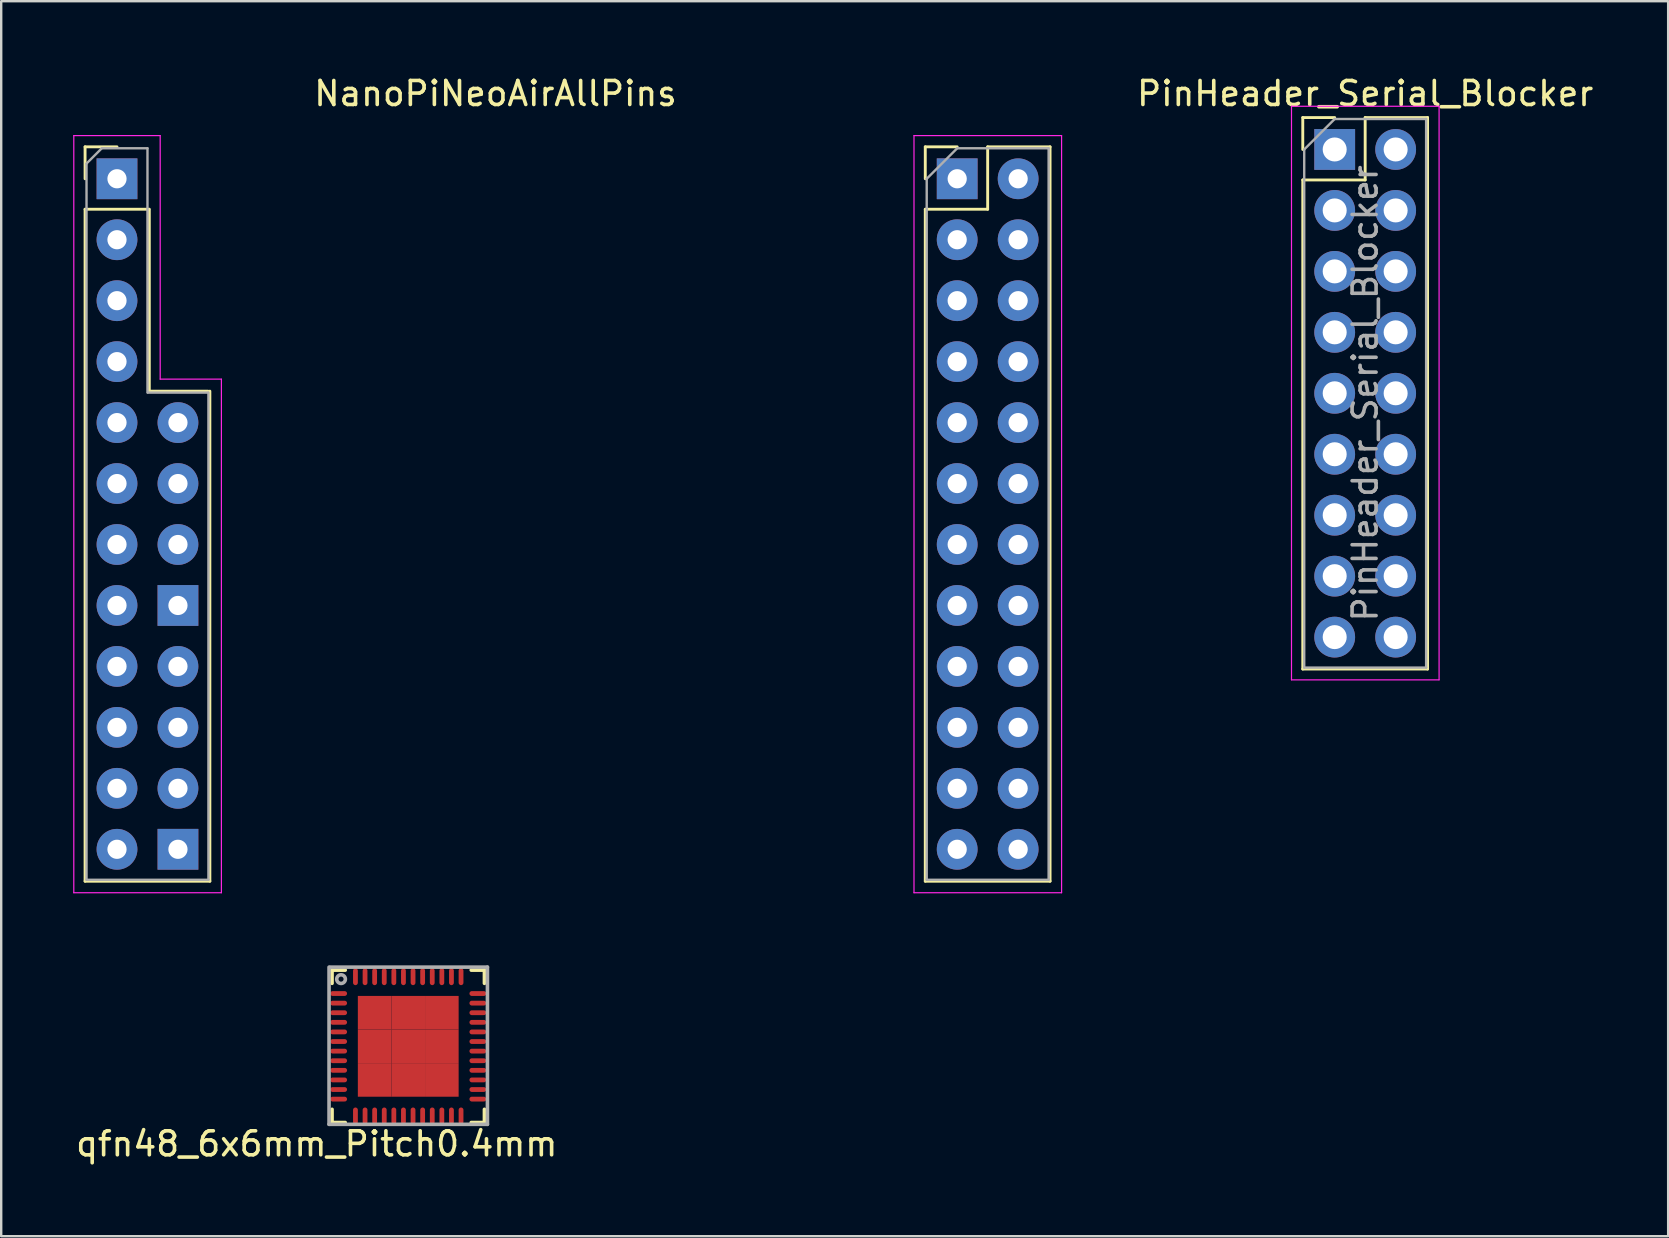
<source format=kicad_pcb>
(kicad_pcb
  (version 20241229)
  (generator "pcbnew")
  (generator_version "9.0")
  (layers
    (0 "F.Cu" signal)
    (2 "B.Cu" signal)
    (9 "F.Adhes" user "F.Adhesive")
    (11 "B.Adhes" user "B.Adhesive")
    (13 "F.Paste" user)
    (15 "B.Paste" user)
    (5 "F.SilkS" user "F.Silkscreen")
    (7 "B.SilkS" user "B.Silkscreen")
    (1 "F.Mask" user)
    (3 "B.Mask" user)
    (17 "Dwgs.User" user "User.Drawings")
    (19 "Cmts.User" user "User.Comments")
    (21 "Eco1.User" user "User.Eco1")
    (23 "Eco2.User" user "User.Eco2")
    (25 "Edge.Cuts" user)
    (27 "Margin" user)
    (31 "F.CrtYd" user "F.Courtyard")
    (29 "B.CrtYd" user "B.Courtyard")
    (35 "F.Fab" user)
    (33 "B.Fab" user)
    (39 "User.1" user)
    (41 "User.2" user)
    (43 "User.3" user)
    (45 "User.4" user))
  (footprint "PinHeader_Serial_Blocker"
    (layer "F.Cu")
    (at 52.565 3.178)
    (property "Reference" "PinHeader_Serial_Blocker" (at 1.27 -2.33 0) (layer "F.SilkS") (effects (font (size 1 1) (thickness 0.15))))
    (attr through_hole)
    (fp_line (start -1.33 -1.33) (end 0 -1.33) (stroke (width 0.12) (type solid)) (layer "F.SilkS"))
    (fp_line (start -1.33 0) (end -1.33 -1.33) (stroke (width 0.12) (type solid)) (layer "F.SilkS"))
    (fp_line (start -1.33 1.27) (end -1.33 21.65) (stroke (width 0.12) (type solid)) (layer "F.SilkS"))
    (fp_line (start -1.33 1.27) (end 1.27 1.27) (stroke (width 0.12) (type solid)) (layer "F.SilkS"))
    (fp_line (start -1.33 21.65) (end 3.87 21.65) (stroke (width 0.12) (type solid)) (layer "F.SilkS"))
    (fp_line (start 1.27 -1.33) (end 3.87 -1.33) (stroke (width 0.12) (type solid)) (layer "F.SilkS"))
    (fp_line (start 1.27 1.27) (end 1.27 -1.33) (stroke (width 0.12) (type solid)) (layer "F.SilkS"))
    (fp_line (start 3.87 -1.33) (end 3.87 21.65) (stroke (width 0.12) (type solid)) (layer "F.SilkS"))
    (fp_line (start -1.8 -1.8) (end -1.8 22.1) (stroke (width 0.05) (type solid)) (layer "F.CrtYd"))
    (fp_line (start -1.8 22.1) (end 4.35 22.1) (stroke (width 0.05) (type solid)) (layer "F.CrtYd"))
    (fp_line (start 4.35 -1.8) (end -1.8 -1.8) (stroke (width 0.05) (type solid)) (layer "F.CrtYd"))
    (fp_line (start 4.35 22.1) (end 4.35 -1.8) (stroke (width 0.05) (type solid)) (layer "F.CrtYd"))
    (fp_line (start -1.27 0) (end 0 -1.27) (stroke (width 0.1) (type solid)) (layer "F.Fab"))
    (fp_line (start -1.27 21.59) (end -1.27 0) (stroke (width 0.1) (type solid)) (layer "F.Fab"))
    (fp_line (start 0 -1.27) (end 3.81 -1.27) (stroke (width 0.1) (type solid)) (layer "F.Fab"))
    (fp_line (start 3.81 -1.27) (end 3.81 21.59) (stroke (width 0.1) (type solid)) (layer "F.Fab"))
    (fp_line (start 3.81 21.59) (end -1.27 21.59) (stroke (width 0.1) (type solid)) (layer "F.Fab"))
    (fp_text user "${REFERENCE}" (at 1.27 10.16 90) (layer "F.Fab") (effects (font (size 1 1) (thickness 0.15))))
    (pad "1" thru_hole rect (at 0 0) (size 1.7 1.7) (drill 1) (layers "*.Cu" "*.Mask"))
    (pad "2" thru_hole oval (at 0 2.54) (size 1.7 1.7) (drill 1) (layers "*.Cu" "*.Mask"))
    (pad "3" thru_hole oval (at 0 5.08) (size 1.7 1.7) (drill 1) (layers "*.Cu" "*.Mask"))
    (pad "4" thru_hole oval (at 0 7.62) (size 1.7 1.7) (drill 1) (layers "*.Cu" "*.Mask"))
    (pad "5" thru_hole oval (at 0 10.16) (size 1.7 1.7) (drill 1) (layers "*.Cu" "*.Mask"))
    (pad "6" thru_hole oval (at 0 12.7) (size 1.7 1.7) (drill 1) (layers "*.Cu" "*.Mask"))
    (pad "7" thru_hole oval (at 0 15.24) (size 1.7 1.7) (drill 1) (layers "*.Cu" "*.Mask"))
    (pad "8" thru_hole oval (at 0 17.78) (size 1.7 1.7) (drill 1) (layers "*.Cu" "*.Mask"))
    (pad "9" thru_hole oval (at 0 20.32) (size 1.7 1.7) (drill 1) (layers "*.Cu" "*.Mask"))
    (pad "10" thru_hole oval (at 2.54 20.32) (size 1.7 1.7) (drill 1) (layers "*.Cu" "*.Mask"))
    (pad "11" thru_hole oval (at 2.54 17.78) (size 1.7 1.7) (drill 1) (layers "*.Cu" "*.Mask"))
    (pad "12" thru_hole oval (at 2.54 15.24) (size 1.7 1.7) (drill 1) (layers "*.Cu" "*.Mask"))
    (pad "13" thru_hole oval (at 2.54 12.7) (size 1.7 1.7) (drill 1) (layers "*.Cu" "*.Mask"))
    (pad "14" thru_hole oval (at 2.54 10.16) (size 1.7 1.7) (drill 1) (layers "*.Cu" "*.Mask"))
    (pad "15" thru_hole oval (at 2.54 7.62) (size 1.7 1.7) (drill 1) (layers "*.Cu" "*.Mask"))
    (pad "16" thru_hole oval (at 2.54 5.08) (size 1.7 1.7) (drill 1) (layers "*.Cu" "*.Mask"))
    (pad "17" thru_hole oval (at 2.54 2.54) (size 1.7 1.7) (drill 1) (layers "*.Cu" "*.Mask"))
    (pad "18" thru_hole oval (at 2.54 0) (size 1.7 1.7) (drill 1) (layers "*.Cu" "*.Mask")))
  (footprint "qfn48_6x6mm_Pitch0.4mm"
    (layer "F.Cu")
    (at 13.961 40.549)
    (property "Reference" "qfn48_6x6mm_Pitch0.4mm" (at -3.812 4.064 0) (layer "F.SilkS") (effects (font (size 1 1) (thickness 0.15))))
    (attr smd)
    (fp_line (start -3.175 -3.175) (end -3.175 -2.625) (stroke (width 0.15) (type solid)) (layer "F.SilkS"))
    (fp_line (start -3.175 -3.175) (end -2.625 -3.175) (stroke (width 0.15) (type solid)) (layer "F.SilkS"))
    (fp_line (start -3.175 3.175) (end -3.175 2.625) (stroke (width 0.15) (type solid)) (layer "F.SilkS"))
    (fp_line (start -3.175 3.175) (end -2.625 3.175) (stroke (width 0.15) (type solid)) (layer "F.SilkS"))
    (fp_line (start 3.175 -3.175) (end 2.625 -3.175) (stroke (width 0.15) (type solid)) (layer "F.SilkS"))
    (fp_line (start 3.175 -3.175) (end 3.175 -2.625) (stroke (width 0.15) (type solid)) (layer "F.SilkS"))
    (fp_line (start 3.175 3.175) (end 2.625 3.175) (stroke (width 0.15) (type solid)) (layer "F.SilkS"))
    (fp_line (start 3.175 3.175) (end 3.175 2.625) (stroke (width 0.15) (type solid)) (layer "F.SilkS"))
    (fp_line (start -3.3 3.25) (end -3.3 -3.3) (stroke (width 0.15) (type solid)) (layer "F.Fab"))
    (fp_line (start -3.25 -3.3) (end 3.3 -3.3) (stroke (width 0.15) (type solid)) (layer "F.Fab"))
    (fp_line (start 3.3 -3.3) (end 3.3 3.25) (stroke (width 0.15) (type solid)) (layer "F.Fab"))
    (fp_line (start 3.3 3.25) (end -3.3 3.25) (stroke (width 0.15) (type solid)) (layer "F.Fab"))
    (fp_circle (center -2.8 -2.8) (end -2.65 -2.7) (stroke (width 0.15) (type solid)) (fill no) (layer "F.Fab"))
    (pad "1" smd oval (at -2.9 -2.2) (size 0.7 0.2) (layers "F.Cu" "F.Mask" "F.Paste"))
    (pad "2" smd oval (at -2.9 -1.8) (size 0.7 0.2) (layers "F.Cu" "F.Mask" "F.Paste"))
    (pad "3" smd oval (at -2.9 -1.4) (size 0.7 0.2) (layers "F.Cu" "F.Mask" "F.Paste"))
    (pad "4" smd oval (at -2.9 -1) (size 0.7 0.2) (layers "F.Cu" "F.Mask" "F.Paste"))
    (pad "5" smd oval (at -2.9 -0.6) (size 0.7 0.2) (layers "F.Cu" "F.Mask" "F.Paste"))
    (pad "6" smd oval (at -2.9 -0.2) (size 0.7 0.2) (layers "F.Cu" "F.Mask" "F.Paste"))
    (pad "7" smd oval (at -2.9 0.2) (size 0.7 0.2) (layers "F.Cu" "F.Mask" "F.Paste"))
    (pad "8" smd oval (at -2.9 0.6) (size 0.7 0.2) (layers "F.Cu" "F.Mask" "F.Paste"))
    (pad "9" smd oval (at -2.9 1) (size 0.7 0.2) (layers "F.Cu" "F.Mask" "F.Paste"))
    (pad "10" smd oval (at -2.9 1.4) (size 0.7 0.2) (layers "F.Cu" "F.Mask" "F.Paste"))
    (pad "11" smd oval (at -2.9 1.8) (size 0.7 0.2) (layers "F.Cu" "F.Mask" "F.Paste"))
    (pad "12" smd oval (at -2.9 2.2) (size 0.7 0.2) (layers "F.Cu" "F.Mask" "F.Paste"))
    (pad "13" smd oval (at -2.2 2.9 90) (size 0.7 0.2) (layers "F.Cu" "F.Mask" "F.Paste"))
    (pad "14" smd oval (at -1.8 2.9 90) (size 0.7 0.2) (layers "F.Cu" "F.Mask" "F.Paste"))
    (pad "15" smd oval (at -1.4 2.9 90) (size 0.7 0.2) (layers "F.Cu" "F.Mask" "F.Paste"))
    (pad "16" smd oval (at -1 2.9 90) (size 0.7 0.2) (layers "F.Cu" "F.Mask" "F.Paste"))
    (pad "17" smd oval (at -0.6 2.9 90) (size 0.7 0.2) (layers "F.Cu" "F.Mask" "F.Paste"))
    (pad "18" smd oval (at -0.2 2.9 90) (size 0.7 0.2) (layers "F.Cu" "F.Mask" "F.Paste"))
    (pad "19" smd oval (at 0.2 2.9 90) (size 0.7 0.2) (layers "F.Cu" "F.Mask" "F.Paste"))
    (pad "20" smd oval (at 0.6 2.9 90) (size 0.7 0.2) (layers "F.Cu" "F.Mask" "F.Paste"))
    (pad "21" smd oval (at 1 2.9 90) (size 0.7 0.2) (layers "F.Cu" "F.Mask" "F.Paste"))
    (pad "22" smd oval (at 1.4 2.9 90) (size 0.7 0.2) (layers "F.Cu" "F.Mask" "F.Paste"))
    (pad "23" smd oval (at 1.8 2.9 90) (size 0.7 0.2) (layers "F.Cu" "F.Mask" "F.Paste"))
    (pad "24" smd oval (at 2.2 2.9 90) (size 0.7 0.2) (layers "F.Cu" "F.Mask" "F.Paste"))
    (pad "25" smd oval (at 2.9 2.2) (size 0.7 0.2) (layers "F.Cu" "F.Mask" "F.Paste"))
    (pad "26" smd oval (at 2.9 1.8) (size 0.7 0.2) (layers "F.Cu" "F.Mask" "F.Paste"))
    (pad "27" smd oval (at 2.9 1.4) (size 0.7 0.2) (layers "F.Cu" "F.Mask" "F.Paste"))
    (pad "28" smd oval (at 2.9 1) (size 0.7 0.2) (layers "F.Cu" "F.Mask" "F.Paste"))
    (pad "29" smd oval (at 2.9 0.6) (size 0.7 0.2) (layers "F.Cu" "F.Mask" "F.Paste"))
    (pad "30" smd oval (at 2.9 0.2) (size 0.7 0.2) (layers "F.Cu" "F.Mask" "F.Paste"))
    (pad "31" smd oval (at 2.9 -0.2) (size 0.7 0.2) (layers "F.Cu" "F.Mask" "F.Paste"))
    (pad "32" smd oval (at 2.9 -0.6) (size 0.7 0.2) (layers "F.Cu" "F.Mask" "F.Paste"))
    (pad "33" smd oval (at 2.9 -1) (size 0.7 0.2) (layers "F.Cu" "F.Mask" "F.Paste"))
    (pad "34" smd oval (at 2.9 -1.4) (size 0.7 0.2) (layers "F.Cu" "F.Mask" "F.Paste"))
    (pad "35" smd oval (at 2.9 -1.8) (size 0.7 0.2) (layers "F.Cu" "F.Mask" "F.Paste"))
    (pad "36" smd oval (at 2.9 -2.2) (size 0.7 0.2) (layers "F.Cu" "F.Mask" "F.Paste"))
    (pad "37" smd oval (at 2.2 -2.9 90) (size 0.7 0.2) (layers "F.Cu" "F.Mask" "F.Paste"))
    (pad "38" smd oval (at 1.8 -2.9 90) (size 0.7 0.2) (layers "F.Cu" "F.Mask" "F.Paste"))
    (pad "39" smd oval (at 1.4 -2.9 90) (size 0.7 0.2) (layers "F.Cu" "F.Mask" "F.Paste"))
    (pad "40" smd oval (at 1 -2.9 90) (size 0.7 0.2) (layers "F.Cu" "F.Mask" "F.Paste"))
    (pad "41" smd oval (at 0.6 -2.9 90) (size 0.7 0.2) (layers "F.Cu" "F.Mask" "F.Paste"))
    (pad "42" smd oval (at 0.2 -2.9 90) (size 0.7 0.2) (layers "F.Cu" "F.Mask" "F.Paste"))
    (pad "43" smd oval (at -0.2 -2.9 90) (size 0.7 0.2) (layers "F.Cu" "F.Mask" "F.Paste"))
    (pad "44" smd oval (at -0.6 -2.9 90) (size 0.7 0.2) (layers "F.Cu" "F.Mask" "F.Paste"))
    (pad "45" smd oval (at -1 -2.9 90) (size 0.7 0.2) (layers "F.Cu" "F.Mask" "F.Paste"))
    (pad "46" smd oval (at -1.4 -2.9 90) (size 0.7 0.2) (layers "F.Cu" "F.Mask" "F.Paste"))
    (pad "47" smd oval (at -1.8 -2.9 90) (size 0.7 0.2) (layers "F.Cu" "F.Mask" "F.Paste"))
    (pad "48" smd oval (at -2.2 -2.9 90) (size 0.7 0.2) (layers "F.Cu" "F.Mask" "F.Paste"))
    (pad "49" smd rect (at -1.4 -1.4) (size 1.4 1.4) (layers "F.Cu" "F.Mask" "F.Paste"))
    (pad "49" smd rect (at -1.4 0) (size 1.4 1.4) (layers "F.Cu" "F.Mask" "F.Paste"))
    (pad "49" smd rect (at -1.4 1.4) (size 1.4 1.4) (layers "F.Cu" "F.Mask" "F.Paste"))
    (pad "49" smd rect (at 0 -1.4) (size 1.4 1.4) (layers "F.Cu" "F.Mask" "F.Paste"))
    (pad "49" smd rect (at 0 0) (size 1.4 1.4) (layers "F.Cu" "F.Mask" "F.Paste"))
    (pad "49" smd rect (at 0 1.4) (size 1.4 1.4) (layers "F.Cu" "F.Mask" "F.Paste"))
    (pad "49" smd rect (at 1.4 -1.4) (size 1.4 1.4) (layers "F.Cu" "F.Mask" "F.Paste"))
    (pad "49" smd rect (at 1.4 0) (size 1.4 1.4) (layers "F.Cu" "F.Mask" "F.Paste"))
    (pad "49" smd rect (at 1.4 1.4) (size 1.4 1.4) (layers "F.Cu" "F.Mask" "F.Paste")))
  (footprint "NanoPiNeoAirAllPins"
    (layer "F.Cu")
    (at 20.605 18.374)
    (property "Reference" "NanoPiNeoAirAllPins" (at -3.008 -17.526 0) (layer "F.SilkS") (effects (font (size 1 1) (thickness 0.15))))
    (attr through_hole)
    (fp_line (start -20.11 -15.305) (end -18.78 -15.305) (stroke (width 0.12) (type solid)) (layer "F.SilkS"))
    (fp_line (start -20.11 -13.975) (end -20.11 -15.305) (stroke (width 0.12) (type solid)) (layer "F.SilkS"))
    (fp_line (start -20.11 -12.705) (end -20.11 15.295) (stroke (width 0.12) (type solid)) (layer "F.SilkS"))
    (fp_line (start -20.11 -12.705) (end -17.45 -12.705) (stroke (width 0.12) (type solid)) (layer "F.SilkS"))
    (fp_line (start -20.11 15.295) (end -14.91 15.295) (stroke (width 0.12) (type solid)) (layer "F.SilkS"))
    (fp_line (start -17.44 -5.125) (end -14.99 -5.125) (stroke (width 0.12) (type solid)) (layer "F.SilkS"))
    (fp_line (start -17.434 -12.705) (end -17.434 -5.125) (stroke (width 0.12) (type solid)) (layer "F.SilkS"))
    (fp_line (start -14.91 -5.125) (end -14.91 15.295) (stroke (width 0.12) (type solid)) (layer "F.SilkS"))
    (fp_line (start 14.9 -15.305) (end 16.23 -15.305) (stroke (width 0.12) (type solid)) (layer "F.SilkS"))
    (fp_line (start 14.9 -13.975) (end 14.9 -15.305) (stroke (width 0.12) (type solid)) (layer "F.SilkS"))
    (fp_line (start 14.9 -12.705) (end 14.9 15.295) (stroke (width 0.12) (type solid)) (layer "F.SilkS"))
    (fp_line (start 14.9 -12.705) (end 17.5 -12.705) (stroke (width 0.12) (type solid)) (layer "F.SilkS"))
    (fp_line (start 14.9 15.295) (end 20.1 15.295) (stroke (width 0.12) (type solid)) (layer "F.SilkS"))
    (fp_line (start 17.5 -15.305) (end 20.1 -15.305) (stroke (width 0.12) (type solid)) (layer "F.SilkS"))
    (fp_line (start 17.5 -12.705) (end 17.5 -15.305) (stroke (width 0.12) (type solid)) (layer "F.SilkS"))
    (fp_line (start 20.1 -15.305) (end 20.1 15.295) (stroke (width 0.12) (type solid)) (layer "F.SilkS"))
    (fp_line (start -20.58 -15.775) (end -20.58 15.775) (stroke (width 0.05) (type solid)) (layer "F.CrtYd"))
    (fp_line (start -20.58 15.775) (end -14.43 15.775) (stroke (width 0.05) (type solid)) (layer "F.CrtYd"))
    (fp_line (start -16.98 -15.775) (end -20.58 -15.775) (stroke (width 0.05) (type solid)) (layer "F.CrtYd"))
    (fp_line (start -16.98 -5.625) (end -16.98 -15.775) (stroke (width 0.05) (type solid)) (layer "F.CrtYd"))
    (fp_line (start -14.43 -5.625) (end -16.98 -5.625) (stroke (width 0.05) (type solid)) (layer "F.CrtYd"))
    (fp_line (start -14.43 15.775) (end -14.43 -5.625) (stroke (width 0.05) (type solid)) (layer "F.CrtYd"))
    (fp_line (start 14.43 -15.775) (end 14.43 15.775) (stroke (width 0.05) (type solid)) (layer "F.CrtYd"))
    (fp_line (start 14.43 15.775) (end 20.58 15.775) (stroke (width 0.05) (type solid)) (layer "F.CrtYd"))
    (fp_line (start 20.58 -15.775) (end 14.43 -15.775) (stroke (width 0.05) (type solid)) (layer "F.CrtYd"))
    (fp_line (start 20.58 15.775) (end 20.58 -15.775) (stroke (width 0.05) (type solid)) (layer "F.CrtYd"))
    (fp_line (start -20.05 -14.61) (end -19.415 -15.245) (stroke (width 0.1) (type solid)) (layer "F.Fab"))
    (fp_line (start -20.05 15.235) (end -20.05 -14.61) (stroke (width 0.1) (type solid)) (layer "F.Fab"))
    (fp_line (start -19.415 -15.245) (end -17.51 -15.245) (stroke (width 0.1) (type solid)) (layer "F.Fab"))
    (fp_line (start -17.51 -15.245) (end -17.51 -5.065) (stroke (width 0.1) (type solid)) (layer "F.Fab"))
    (fp_line (start -17.49 -5.065) (end -14.99 -5.065) (stroke (width 0.1) (type solid)) (layer "F.Fab"))
    (fp_line (start -14.97 -5.065) (end -14.97 15.235) (stroke (width 0.1) (type solid)) (layer "F.Fab"))
    (fp_line (start -14.97 15.235) (end -20.05 15.235) (stroke (width 0.1) (type solid)) (layer "F.Fab"))
    (fp_line (start 14.96 -13.975) (end 16.23 -15.245) (stroke (width 0.1) (type solid)) (layer "F.Fab"))
    (fp_line (start 14.96 15.235) (end 14.96 -13.975) (stroke (width 0.1) (type solid)) (layer "F.Fab"))
    (fp_line (start 16.23 -15.245) (end 20.04 -15.245) (stroke (width 0.1) (type solid)) (layer "F.Fab"))
    (fp_line (start 20.04 -15.245) (end 20.04 15.235) (stroke (width 0.1) (type solid)) (layer "F.Fab"))
    (fp_line (start 20.04 15.235) (end 14.96 15.235) (stroke (width 0.1) (type solid)) (layer "F.Fab"))
    (pad "1" thru_hole rect (at 16.23 -13.975) (size 1.7 1.7) (drill 0.8) (layers "*.Cu" "*.Mask"))
    (pad "2" thru_hole oval (at 18.77 -13.975) (size 1.7 1.7) (drill 0.8) (layers "*.Cu" "*.Mask"))
    (pad "3" thru_hole oval (at 16.23 -11.435) (size 1.7 1.7) (drill 0.8) (layers "*.Cu" "*.Mask"))
    (pad "4" thru_hole oval (at 18.77 -11.435) (size 1.7 1.7) (drill 0.8) (layers "*.Cu" "*.Mask"))
    (pad "5" thru_hole oval (at 16.23 -8.895) (size 1.7 1.7) (drill 0.8) (layers "*.Cu" "*.Mask"))
    (pad "6" thru_hole oval (at 18.77 -8.895) (size 1.7 1.7) (drill 0.8) (layers "*.Cu" "*.Mask"))
    (pad "7" thru_hole oval (at 16.23 -6.355) (size 1.7 1.7) (drill 0.8) (layers "*.Cu" "*.Mask"))
    (pad "8" thru_hole oval (at 18.77 -6.355) (size 1.7 1.7) (drill 0.8) (layers "*.Cu" "*.Mask"))
    (pad "9" thru_hole oval (at 16.23 -3.815) (size 1.7 1.7) (drill 0.8) (layers "*.Cu" "*.Mask"))
    (pad "10" thru_hole oval (at 18.77 -3.815) (size 1.7 1.7) (drill 0.8) (layers "*.Cu" "*.Mask"))
    (pad "11" thru_hole oval (at 16.23 -1.275) (size 1.7 1.7) (drill 0.8) (layers "*.Cu" "*.Mask"))
    (pad "12" thru_hole oval (at 18.77 -1.275) (size 1.7 1.7) (drill 0.8) (layers "*.Cu" "*.Mask"))
    (pad "13" thru_hole oval (at 16.23 1.265) (size 1.7 1.7) (drill 0.8) (layers "*.Cu" "*.Mask"))
    (pad "14" thru_hole oval (at 18.77 1.265) (size 1.7 1.7) (drill 0.8) (layers "*.Cu" "*.Mask"))
    (pad "15" thru_hole oval (at 16.23 3.805) (size 1.7 1.7) (drill 0.8) (layers "*.Cu" "*.Mask"))
    (pad "16" thru_hole oval (at 18.77 3.805) (size 1.7 1.7) (drill 0.8) (layers "*.Cu" "*.Mask"))
    (pad "17" thru_hole oval (at 16.23 6.345) (size 1.7 1.7) (drill 0.8) (layers "*.Cu" "*.Mask"))
    (pad "18" thru_hole oval (at 18.77 6.345) (size 1.7 1.7) (drill 0.8) (layers "*.Cu" "*.Mask"))
    (pad "19" thru_hole oval (at 16.23 8.885) (size 1.7 1.7) (drill 0.8) (layers "*.Cu" "*.Mask"))
    (pad "20" thru_hole oval (at 18.77 8.885) (size 1.7 1.7) (drill 0.8) (layers "*.Cu" "*.Mask"))
    (pad "21" thru_hole oval (at 16.23 11.425) (size 1.7 1.7) (drill 0.8) (layers "*.Cu" "*.Mask"))
    (pad "22" thru_hole oval (at 18.77 11.425) (size 1.7 1.7) (drill 0.8) (layers "*.Cu" "*.Mask"))
    (pad "23" thru_hole oval (at 16.23 13.965) (size 1.7 1.7) (drill 0.8) (layers "*.Cu" "*.Mask"))
    (pad "24" thru_hole oval (at 18.77 13.965) (size 1.7 1.7) (drill 0.8) (layers "*.Cu" "*.Mask"))
    (pad "31" thru_hole rect (at -18.78 -13.975) (size 1.7 1.7) (drill 0.8) (layers "*.Cu" "*.Mask"))
    (pad "32" thru_hole oval (at -18.78 -11.435) (size 1.7 1.7) (drill 0.8) (layers "*.Cu" "*.Mask"))
    (pad "33" thru_hole oval (at -18.78 -8.895) (size 1.7 1.7) (drill 0.8) (layers "*.Cu" "*.Mask"))
    (pad "34" thru_hole oval (at -18.78 -6.355) (size 1.7 1.7) (drill 0.8) (layers "*.Cu" "*.Mask"))
    (pad "35" thru_hole oval (at -18.78 -3.815) (size 1.7 1.7) (drill 0.8) (layers "*.Cu" "*.Mask"))
    (pad "36" thru_hole oval (at -18.78 -1.275) (size 1.7 1.7) (drill 0.8) (layers "*.Cu" "*.Mask"))
    (pad "37" thru_hole oval (at -18.78 1.265) (size 1.7 1.7) (drill 0.8) (layers "*.Cu" "*.Mask"))
    (pad "38" thru_hole oval (at -18.78 3.805) (size 1.7 1.7) (drill 0.8) (layers "*.Cu" "*.Mask"))
    (pad "39" thru_hole oval (at -18.78 6.345) (size 1.7 1.7) (drill 0.8) (layers "*.Cu" "*.Mask"))
    (pad "40" thru_hole oval (at -18.78 8.885) (size 1.7 1.7) (drill 0.8) (layers "*.Cu" "*.Mask"))
    (pad "41" thru_hole oval (at -18.78 11.425) (size 1.7 1.7) (drill 0.8) (layers "*.Cu" "*.Mask"))
    (pad "42" thru_hole oval (at -18.78 13.965) (size 1.7 1.7) (drill 0.8) (layers "*.Cu" "*.Mask"))
    (pad "51" thru_hole rect (at -16.24 13.965) (size 1.7 1.7) (drill 0.8) (layers "*.Cu" "*.Mask"))
    (pad "52" thru_hole oval (at -16.24 11.425) (size 1.7 1.7) (drill 0.8) (layers "*.Cu" "*.Mask"))
    (pad "53" thru_hole oval (at -16.24 8.885) (size 1.7 1.7) (drill 0.8) (layers "*.Cu" "*.Mask"))
    (pad "54" thru_hole oval (at -16.24 6.345) (size 1.7 1.7) (drill 0.8) (layers "*.Cu" "*.Mask"))
    (pad "61" thru_hole rect (at -16.24 3.805) (size 1.7 1.7) (drill 0.8) (layers "*.Cu" "*.Mask"))
    (pad "62" thru_hole oval (at -16.24 1.265) (size 1.7 1.7) (drill 0.8) (layers "*.Cu" "*.Mask"))
    (pad "63" thru_hole oval (at -16.24 -1.275) (size 1.7 1.7) (drill 0.8) (layers "*.Cu" "*.Mask"))
    (pad "64" thru_hole oval (at -16.24 -3.815) (size 1.7 1.7) (drill 0.8) (layers "*.Cu" "*.Mask")))
  (gr_rect
    (start -3 -3)
    (end 66.46 48.462)
    (stroke (width 0.1) (type default))
    (fill no)
    (layer "Edge.Cuts")))
</source>
